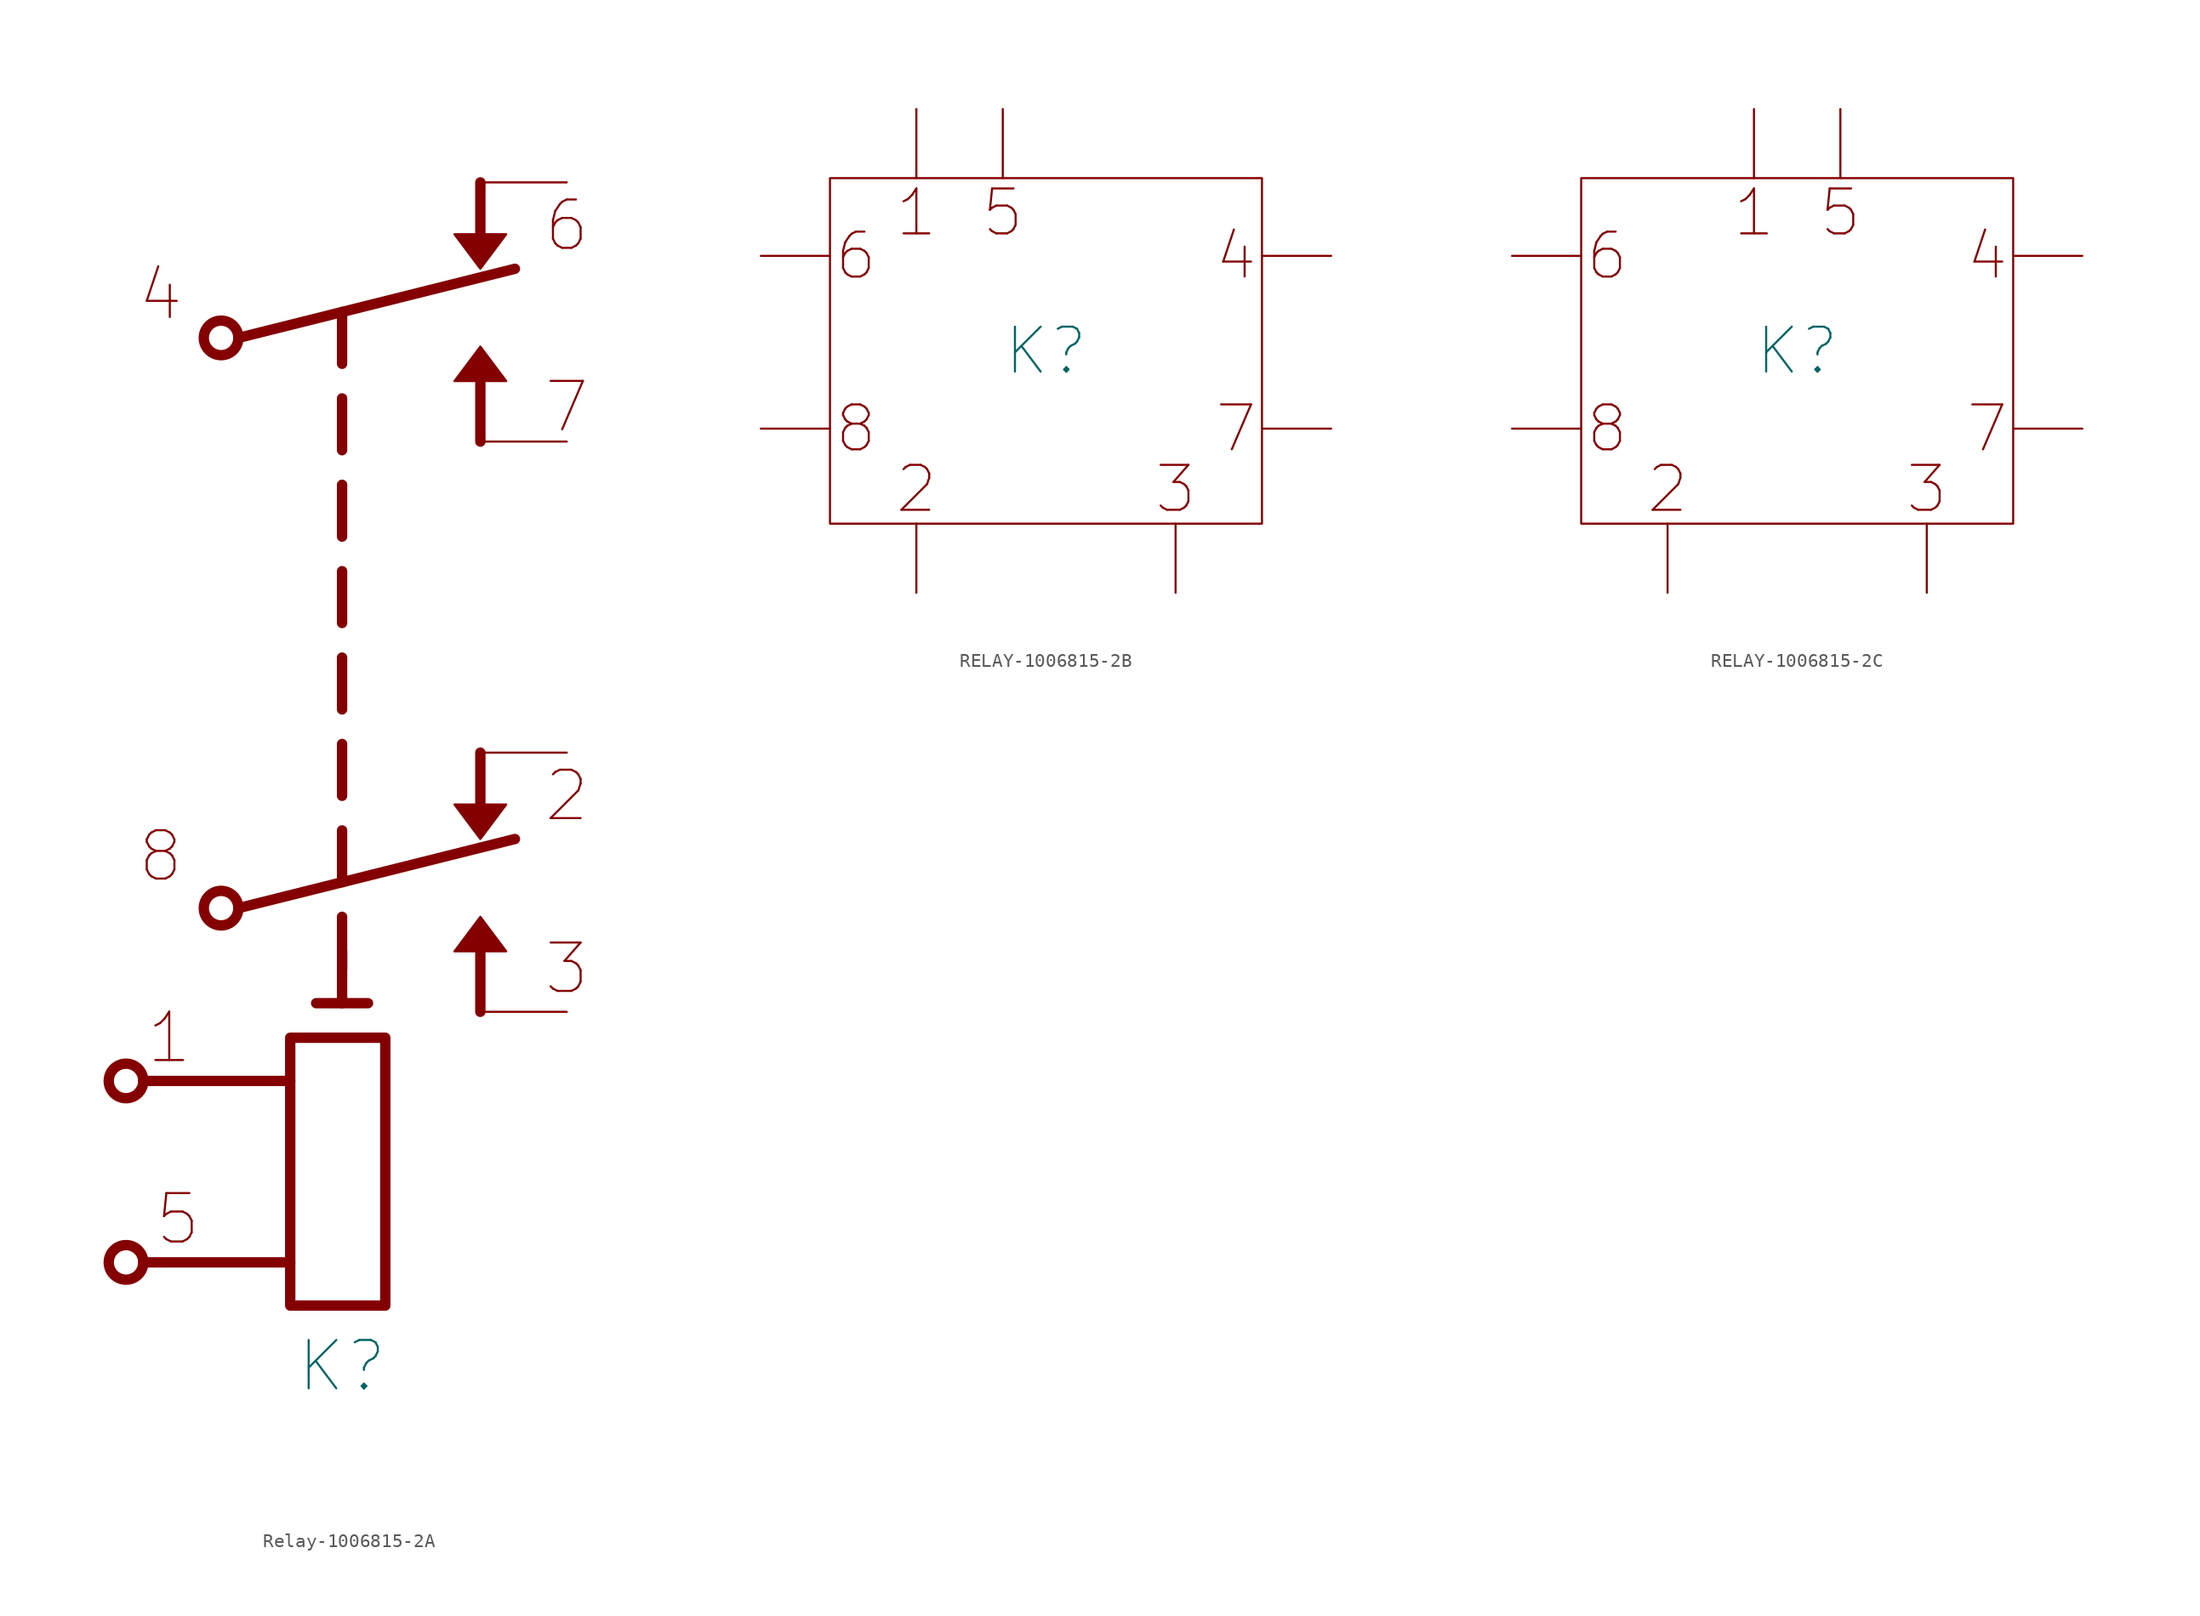
<source format=kicad_sym>
(kicad_symbol_lib
  (version 20211014)
  (generator kicad_symbol_editor)
  (symbol "Relay-1006815-2A"
    (pin_numbers hide)
    (pin_names
      (offset 0) hide)
    (property "Reference" "K"
      (at 0 -43.815 0)
      (effects (font (size 3.556 3.556))))
    (symbol "Relay-1006815-2A_0_0"
      (polyline (pts (xy -14.605 -36.195) (xy -3.81 -36.195)) (stroke (width 0.762) (type default) (color 0 0 0 0)) (fill (type none)))
      (polyline (pts (xy -14.605 -22.86) (xy -3.81 -22.86)) (stroke (width 0.762) (type default) (color 0 0 0 0)) (fill (type none)))
      (polyline (pts (xy -7.62 -10.16) (xy 12.7 -5.08)) (stroke (width 0.762) (type default) (color 0 0 0 0)) (fill (type none)))
      (polyline (pts (xy -7.62 31.75) (xy 12.7 36.83)) (stroke (width 0.762) (type default) (color 0 0 0 0)) (fill (type none)))
      (polyline (pts (xy -1.905 -17.145) (xy 1.905 -17.145)) (stroke (width 0.762) (type default) (color 0 0 0 0)) (fill (type none)))
      (polyline (pts (xy 0 -17.145) (xy 0 -13.335)) (stroke (width 0.762) (type default) (color 0 0 0 0)) (fill (type none)))
      (polyline (pts (xy 0 -14.605) (xy 0 -10.795)) (stroke (width 0.762) (type default) (color 0 0 0 0)) (fill (type none)))
      (polyline (pts (xy 0 -1.905) (xy 0 1.905)) (stroke (width 0.762) (type default) (color 0 0 0 0)) (fill (type none)))
      (polyline (pts (xy 0 29.845) (xy 0 33.655)) (stroke (width 0.762) (type default) (color 0 0 0 0)) (fill (type none)))
      (polyline (pts (xy 0 23.495) (xy 0 27.305) (xy 0 23.495)) (stroke (width 0.762) (type default) (color 0 0 0 0)) (fill (type none)))
      (polyline (pts (xy -3.81 -19.685) (xy -3.81 -39.37) (xy 3.175 -39.37) (xy 3.175 -19.685) (xy -3.81 -19.685)) (stroke (width 0.762) (type default) (color 0 0 0 0)) (fill (type none)))
      (text "1" (at -12.7 -19.685 0) (effects (font (size 3.556 3.556))))
      (text "2" (at 16.51 -1.905 0) (effects (font (size 3.556 3.556))))
      (text "3" (at 16.51 -14.605 0) (effects (font (size 3.556 3.556))))
      (text "4" (at -13.335 34.925 0) (effects (font (size 3.556 3.556))))
      (text "5" (at -12.065 -33.02 0) (effects (font (size 3.556 3.556))))
      (text "6" (at 16.51 40.005 0) (effects (font (size 3.556 3.556))))
      (text "7" (at 16.51 26.67 0) (effects (font (size 3.556 3.556))))
      (text "8" (at -13.335 -6.35 0) (effects (font (size 3.556 3.556)))))
    (symbol "Relay-1006815-2A_0_1"
      (circle (center -8.89 -10.16) (radius 1.27) (stroke (width 0.762) (type default) (color 0 0 0 0)) (fill (type none)))
      (circle (center -8.89 31.75) (radius 1.27) (stroke (width 0.762) (type default) (color 0 0 0 0)) (fill (type none)))
      (polyline (pts (xy 10.16 -17.78) (xy 10.16 -12.065)) (stroke (width 0.762) (type default) (color 0 0 0 0)) (fill (type none)))
      (polyline (pts (xy 10.16 1.27) (xy 10.16 -3.175)) (stroke (width 0.762) (type default) (color 0 0 0 0)) (fill (type none)))
      (polyline (pts (xy 10.16 24.13) (xy 10.16 29.845)) (stroke (width 0.762) (type default) (color 0 0 0 0)) (fill (type none)))
      (polyline (pts (xy 10.16 43.18) (xy 10.16 38.735)) (stroke (width 0.762) (type default) (color 0 0 0 0)) (fill (type none))))
    (symbol "Relay-1006815-2A_1_1"
      (circle (center -15.875 -36.195) (radius 1.27) (stroke (width 0.762) (type default) (color 0 0 0 0)) (fill (type none)))
      (circle (center -15.875 -22.86) (radius 1.27) (stroke (width 0.762) (type default) (color 0 0 0 0)) (fill (type none)))
      (polyline (pts (xy 0 10.795) (xy 0 14.605)) (stroke (width 0.762) (type default) (color 0 0 0 0)) (fill (type none)))
      (polyline (pts (xy 0 17.145) (xy 0 20.955)) (stroke (width 0.762) (type default) (color 0 0 0 0)) (fill (type none)))
      (polyline (pts (xy 0 -8.255) (xy 0 -4.445) (xy 0 -8.255)) (stroke (width 0.762) (type default) (color 0 0 0 0)) (fill (type none)))
      (polyline (pts (xy 0 4.445) (xy 0 8.255) (xy 0 4.445)) (stroke (width 0.762) (type default) (color 0 0 0 0)) (fill (type none)))
      (polyline (pts (xy 8.255 -13.335) (xy 10.16 -10.795) (xy 12.065 -13.335) (xy 8.255 -13.335)) (stroke (width 0) (type default) (color 0 0 0 0)) (fill (type outline)))
      (polyline (pts (xy 8.255 28.575) (xy 10.16 31.115) (xy 12.065 28.575) (xy 8.255 28.575)) (stroke (width 0) (type default) (color 0 0 0 0)) (fill (type outline)))
      (polyline (pts (xy 12.065 -2.54) (xy 10.16 -5.08) (xy 8.255 -2.54) (xy 12.065 -2.54)) (stroke (width 0) (type default) (color 0 0 0 0)) (fill (type outline)))
      (polyline (pts (xy 12.065 39.37) (xy 10.16 36.83) (xy 8.255 39.37) (xy 12.065 39.37)) (stroke (width 0) (type default) (color 0 0 0 0)) (fill (type outline)))
      (pin passive line (at -17.145 -22.86 0) (length 0) (name "1" (effects (font (size 3.556 3.556)))) (number "1" (effects (font (size 3.556 3.556)))))
      (pin passive line (at 16.51 1.27 180) (length 6.35) (name "2" (effects (font (size 3.556 3.556)))) (number "2" (effects (font (size 3.556 3.556)))))
      (pin passive line (at 16.51 -17.78 180) (length 6.35) (name "3" (effects (font (size 3.556 3.556)))) (number "3" (effects (font (size 3.556 3.556)))))
      (pin passive line (at -10.16 31.75 0) (length 0) (name "4" (effects (font (size 3.556 3.556)))) (number "4" (effects (font (size 3.556 3.556)))))
      (pin passive line (at -17.145 -36.195 0) (length 0) (name "5" (effects (font (size 3.556 3.556)))) (number "5" (effects (font (size 3.556 3.556)))))
      (pin passive line (at 16.51 43.18 180) (length 6.35) (name "6" (effects (font (size 3.556 3.556)))) (number "6" (effects (font (size 3.556 3.556)))))
      (pin passive line (at 16.51 24.13 180) (length 6.35) (name "7" (effects (font (size 3.556 3.556)))) (number "7" (effects (font (size 3.556 3.556)))))
      (pin passive line (at -10.16 -10.16 0) (length 0) (name "8" (effects (font (size 3.556 3.556)))) (number "8" (effects (font (size 3.556 3.556)))))))
  (symbol "RELAY-1006815-2B"
    (pin_numbers hide)
    (pin_names
      (offset 0) hide)
    (property "Reference" "K"
      (at 0 0 0)
      (effects (font (size 3.302 3.302))))
    (symbol "RELAY-1006815-2B_0_0"
      (text "1" (at -9.525 10.16 0) (effects (font (size 3.302 3.302))))
      (text "2" (at -9.525 -10.16 0) (effects (font (size 3.302 3.302))))
      (text "3" (at 9.525 -10.16 0) (effects (font (size 3.302 3.302))))
      (text "4" (at 13.97 6.985 0) (effects (font (size 3.302 3.302))))
      (text "5" (at -3.175 10.16 0) (effects (font (size 3.302 3.302))))
      (text "6" (at -13.97 6.985 0) (effects (font (size 3.302 3.302))))
      (text "7" (at 13.97 -5.715 0) (effects (font (size 3.302 3.302))))
      (text "8" (at -13.97 -5.715 0) (effects (font (size 3.302 3.302)))))
    (symbol "RELAY-1006815-2B_0_1"
      (rectangle (start -15.875 12.7) (end 15.875 -12.7) (stroke (width 0) (type default) (color 0 0 0 0)) (fill (type none))))
    (symbol "RELAY-1006815-2B_1_1"
      (pin input line (at -9.525 17.78 270) (length 5.08) (name "1" (effects (font (size 3.302 3.302)))) (number "1" (effects (font (size 3.302 3.302)))))
      (pin passive line (at -9.525 -17.78 90) (length 5.08) (name "2" (effects (font (size 3.302 3.302)))) (number "2" (effects (font (size 3.302 3.302)))))
      (pin passive line (at 9.525 -17.78 90) (length 5.08) (name "3" (effects (font (size 3.302 3.302)))) (number "3" (effects (font (size 3.302 3.302)))))
      (pin passive line (at 20.955 6.985 180) (length 5.08) (name "4" (effects (font (size 3.302 3.302)))) (number "4" (effects (font (size 3.302 3.302)))))
      (pin input line (at -3.175 17.78 270) (length 5.08) (name "5" (effects (font (size 3.302 3.302)))) (number "5" (effects (font (size 3.302 3.302)))))
      (pin passive line (at -20.955 6.985 0) (length 5.08) (name "6" (effects (font (size 3.302 3.302)))) (number "6" (effects (font (size 3.302 3.302)))))
      (pin passive line (at 20.955 -5.715 180) (length 5.08) (name "7" (effects (font (size 3.302 3.302)))) (number "7" (effects (font (size 3.302 3.302)))))
      (pin passive line (at -20.955 -5.715 0) (length 5.08) (name "8" (effects (font (size 3.302 3.302)))) (number "8" (effects (font (size 3.302 3.302)))))))
  (symbol "RELAY-1006815-2C"
    (pin_numbers hide)
    (pin_names
      (offset 0) hide)
    (property "Reference" "K"
      (at 0 0 0)
      (effects (font (size 3.302 3.302))))
    (symbol "RELAY-1006815-2C_0_0"
      (text "1" (at -3.175 10.16 0) (effects (font (size 3.302 3.302))))
      (text "2" (at -9.525 -10.16 0) (effects (font (size 3.302 3.302))))
      (text "3" (at 9.525 -10.16 0) (effects (font (size 3.302 3.302))))
      (text "4" (at 13.97 6.985 0) (effects (font (size 3.302 3.302))))
      (text "5" (at 3.175 10.16 0) (effects (font (size 3.302 3.302))))
      (text "6" (at -13.97 6.985 0) (effects (font (size 3.302 3.302))))
      (text "7" (at 13.97 -5.715 0) (effects (font (size 3.302 3.302))))
      (text "8" (at -13.97 -5.715 0) (effects (font (size 3.302 3.302)))))
    (symbol "RELAY-1006815-2C_0_1"
      (rectangle (start -15.875 12.7) (end 15.875 -12.7) (stroke (width 0) (type default) (color 0 0 0 0)) (fill (type none))))
    (symbol "RELAY-1006815-2C_1_1"
      (pin input line (at -3.175 17.78 270) (length 5.08) (name "1" (effects (font (size 3.302 3.302)))) (number "1" (effects (font (size 3.302 3.302)))))
      (pin passive line (at -9.525 -17.78 90) (length 5.08) (name "2" (effects (font (size 3.302 3.302)))) (number "2" (effects (font (size 3.302 3.302)))))
      (pin passive line (at 9.525 -17.78 90) (length 5.08) (name "3" (effects (font (size 3.302 3.302)))) (number "3" (effects (font (size 3.302 3.302)))))
      (pin passive line (at 20.955 6.985 180) (length 5.08) (name "4" (effects (font (size 3.302 3.302)))) (number "4" (effects (font (size 3.302 3.302)))))
      (pin input line (at 3.175 17.78 270) (length 5.08) (name "5" (effects (font (size 3.302 3.302)))) (number "5" (effects (font (size 3.302 3.302)))))
      (pin passive line (at -20.955 6.985 0) (length 5.08) (name "6" (effects (font (size 3.302 3.302)))) (number "6" (effects (font (size 3.302 3.302)))))
      (pin passive line (at 20.955 -5.715 180) (length 5.08) (name "7" (effects (font (size 3.302 3.302)))) (number "7" (effects (font (size 3.302 3.302)))))
      (pin passive line (at -20.955 -5.715 0) (length 5.08) (name "8" (effects (font (size 3.302 3.302)))) (number "8" (effects (font (size 3.302 3.302))))))))
</source>
